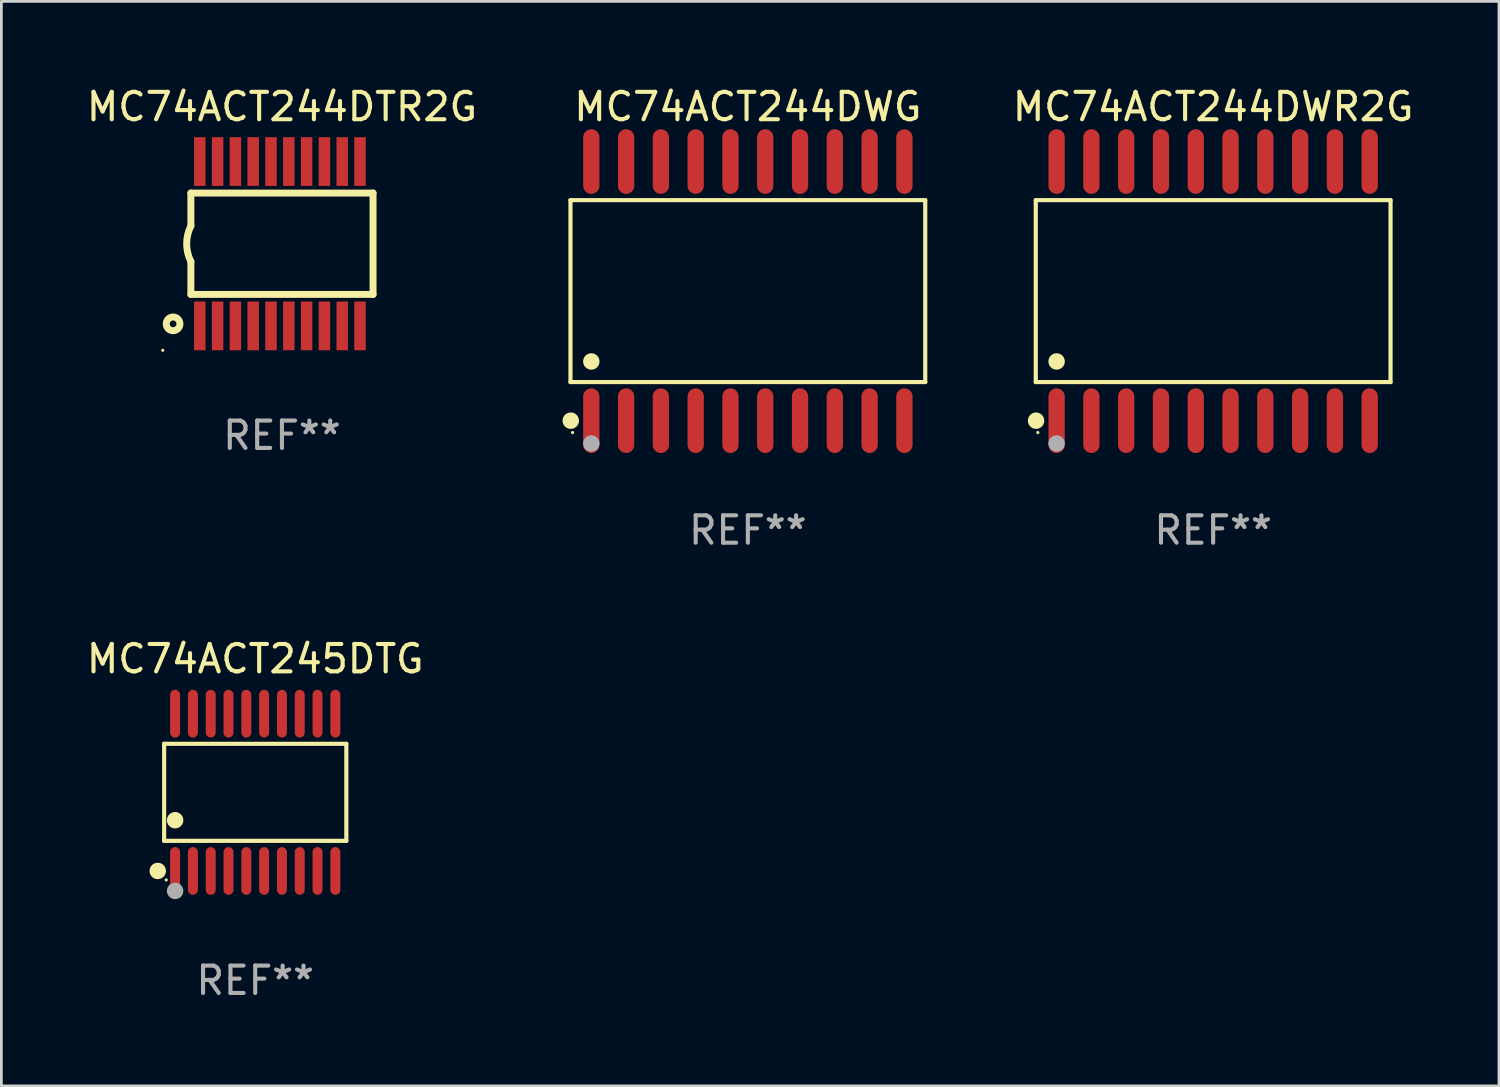
<source format=kicad_pcb>
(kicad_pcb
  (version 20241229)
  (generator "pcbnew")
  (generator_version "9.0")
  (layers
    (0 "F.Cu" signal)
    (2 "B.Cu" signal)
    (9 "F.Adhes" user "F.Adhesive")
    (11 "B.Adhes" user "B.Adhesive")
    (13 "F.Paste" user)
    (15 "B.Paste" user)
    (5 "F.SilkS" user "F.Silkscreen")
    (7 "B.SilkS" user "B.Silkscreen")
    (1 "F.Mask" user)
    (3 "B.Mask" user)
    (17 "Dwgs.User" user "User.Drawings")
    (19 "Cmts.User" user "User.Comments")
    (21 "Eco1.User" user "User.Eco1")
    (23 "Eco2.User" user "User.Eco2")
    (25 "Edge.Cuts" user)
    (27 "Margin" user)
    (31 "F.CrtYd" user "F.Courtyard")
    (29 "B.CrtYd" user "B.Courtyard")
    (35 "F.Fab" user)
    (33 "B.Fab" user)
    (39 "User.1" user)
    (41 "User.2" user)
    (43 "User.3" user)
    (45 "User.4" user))
  (footprint "MC74ACT245DTG"
    (layer "F.Cu")
    (at 6.268 25.876)
    (property "Reference" "MC74ACT245DTG" (at 0 -4.871 0) (layer "F.SilkS") (effects (font (size 1 1) (thickness 0.15))))
    (attr through_hole)
    (fp_line (start -3.326 -1.771) (end 3.326 -1.771) (stroke (width 0.152) (type solid)) (layer "F.SilkS"))
    (fp_line (start -3.326 1.771) (end -3.326 -1.771) (stroke (width 0.152) (type solid)) (layer "F.SilkS"))
    (fp_line (start 3.326 -1.771) (end 3.326 1.771) (stroke (width 0.152) (type solid)) (layer "F.SilkS"))
    (fp_line (start 3.326 1.771) (end -3.326 1.771) (stroke (width 0.152) (type solid)) (layer "F.SilkS"))
    (fp_circle (center -3.559 2.871) (end -3.409 2.871) (stroke (width 0.3) (type solid)) (fill no) (layer "F.SilkS"))
    (fp_circle (center -3.25 3.2) (end -3.22 3.2) (stroke (width 0.06) (type solid)) (fill no) (layer "F.SilkS"))
    (fp_circle (center -2.925 1.019) (end -2.775 1.019) (stroke (width 0.3) (type solid)) (fill no) (layer "F.SilkS"))
    (fp_circle (center -2.925 3.6) (end -2.775 3.6) (stroke (width 0.3) (type solid)) (fill no) (layer "F.Fab"))
    (fp_text user "REF**" (at 0 6.871 0) (layer "F.Fab") (effects (font (size 1 1) (thickness 0.15))))
    (pad "1" smd oval (at -2.925 2.871) (size 0.364 1.742) (layers "F.Cu" "F.Mask" "F.Paste"))
    (pad "2" smd oval (at -2.275 2.871) (size 0.364 1.742) (layers "F.Cu" "F.Mask" "F.Paste"))
    (pad "3" smd oval (at -1.625 2.871) (size 0.364 1.742) (layers "F.Cu" "F.Mask" "F.Paste"))
    (pad "4" smd oval (at -0.975 2.871) (size 0.364 1.742) (layers "F.Cu" "F.Mask" "F.Paste"))
    (pad "5" smd oval (at -0.325 2.871) (size 0.364 1.742) (layers "F.Cu" "F.Mask" "F.Paste"))
    (pad "6" smd oval (at 0.325 2.871) (size 0.364 1.742) (layers "F.Cu" "F.Mask" "F.Paste"))
    (pad "7" smd oval (at 0.975 2.871) (size 0.364 1.742) (layers "F.Cu" "F.Mask" "F.Paste"))
    (pad "8" smd oval (at 1.625 2.871) (size 0.364 1.742) (layers "F.Cu" "F.Mask" "F.Paste"))
    (pad "9" smd oval (at 2.275 2.871) (size 0.364 1.742) (layers "F.Cu" "F.Mask" "F.Paste"))
    (pad "10" smd oval (at 2.925 2.871) (size 0.364 1.742) (layers "F.Cu" "F.Mask" "F.Paste"))
    (pad "11" smd oval (at 2.925 -2.871) (size 0.364 1.742) (layers "F.Cu" "F.Mask" "F.Paste"))
    (pad "12" smd oval (at 2.275 -2.871) (size 0.364 1.742) (layers "F.Cu" "F.Mask" "F.Paste"))
    (pad "13" smd oval (at 1.625 -2.871) (size 0.364 1.742) (layers "F.Cu" "F.Mask" "F.Paste"))
    (pad "14" smd oval (at 0.975 -2.871) (size 0.364 1.742) (layers "F.Cu" "F.Mask" "F.Paste"))
    (pad "15" smd oval (at 0.325 -2.871) (size 0.364 1.742) (layers "F.Cu" "F.Mask" "F.Paste"))
    (pad "16" smd oval (at -0.325 -2.871) (size 0.364 1.742) (layers "F.Cu" "F.Mask" "F.Paste"))
    (pad "17" smd oval (at -0.975 -2.871) (size 0.364 1.742) (layers "F.Cu" "F.Mask" "F.Paste"))
    (pad "18" smd oval (at -1.625 -2.871) (size 0.364 1.742) (layers "F.Cu" "F.Mask" "F.Paste"))
    (pad "19" smd oval (at -2.275 -2.871) (size 0.364 1.742) (layers "F.Cu" "F.Mask" "F.Paste"))
    (pad "20" smd oval (at -2.925 -2.871) (size 0.364 1.742) (layers "F.Cu" "F.Mask" "F.Paste")))
  (footprint "MC74ACT244DWG"
    (layer "F.Cu")
    (at 24.253 7.578)
    (property "Reference" "MC74ACT244DWG" (at 0 -6.73 0) (layer "F.SilkS") (effects (font (size 1 1) (thickness 0.15))))
    (attr through_hole)
    (fp_line (start -6.476 -3.321) (end 6.476 -3.321) (stroke (width 0.152) (type solid)) (layer "F.SilkS"))
    (fp_line (start -6.476 3.321) (end -6.476 -3.321) (stroke (width 0.152) (type solid)) (layer "F.SilkS"))
    (fp_line (start 6.476 -3.321) (end 6.476 3.321) (stroke (width 0.152) (type solid)) (layer "F.SilkS"))
    (fp_line (start 6.476 3.321) (end -6.476 3.321) (stroke (width 0.152) (type solid)) (layer "F.SilkS"))
    (fp_circle (center -6.465 4.73) (end -6.315 4.73) (stroke (width 0.3) (type solid)) (fill no) (layer "F.SilkS"))
    (fp_circle (center -6.4 5.163) (end -6.37 5.163) (stroke (width 0.06) (type solid)) (fill no) (layer "F.SilkS"))
    (fp_circle (center -5.715 2.569) (end -5.565 2.569) (stroke (width 0.3) (type solid)) (fill no) (layer "F.SilkS"))
    (fp_circle (center -5.715 5.563) (end -5.565 5.563) (stroke (width 0.3) (type solid)) (fill no) (layer "F.Fab"))
    (fp_text user "REF**" (at 0 8.73 0) (layer "F.Fab") (effects (font (size 1 1) (thickness 0.15))))
    (pad "1" smd oval (at -5.715 4.73) (size 0.595 2.36) (layers "F.Cu" "F.Mask" "F.Paste"))
    (pad "2" smd oval (at -4.445 4.73) (size 0.595 2.36) (layers "F.Cu" "F.Mask" "F.Paste"))
    (pad "3" smd oval (at -3.175 4.73) (size 0.595 2.36) (layers "F.Cu" "F.Mask" "F.Paste"))
    (pad "4" smd oval (at -1.905 4.73) (size 0.595 2.36) (layers "F.Cu" "F.Mask" "F.Paste"))
    (pad "5" smd oval (at -0.635 4.73) (size 0.595 2.36) (layers "F.Cu" "F.Mask" "F.Paste"))
    (pad "6" smd oval (at 0.635 4.73) (size 0.595 2.36) (layers "F.Cu" "F.Mask" "F.Paste"))
    (pad "7" smd oval (at 1.905 4.73) (size 0.595 2.36) (layers "F.Cu" "F.Mask" "F.Paste"))
    (pad "8" smd oval (at 3.175 4.73) (size 0.595 2.36) (layers "F.Cu" "F.Mask" "F.Paste"))
    (pad "9" smd oval (at 4.445 4.73) (size 0.595 2.36) (layers "F.Cu" "F.Mask" "F.Paste"))
    (pad "10" smd oval (at 5.715 4.73) (size 0.595 2.36) (layers "F.Cu" "F.Mask" "F.Paste"))
    (pad "11" smd oval (at 5.715 -4.73) (size 0.595 2.36) (layers "F.Cu" "F.Mask" "F.Paste"))
    (pad "12" smd oval (at 4.445 -4.73) (size 0.595 2.36) (layers "F.Cu" "F.Mask" "F.Paste"))
    (pad "13" smd oval (at 3.175 -4.73) (size 0.595 2.36) (layers "F.Cu" "F.Mask" "F.Paste"))
    (pad "14" smd oval (at 1.905 -4.73) (size 0.595 2.36) (layers "F.Cu" "F.Mask" "F.Paste"))
    (pad "15" smd oval (at 0.635 -4.73) (size 0.595 2.36) (layers "F.Cu" "F.Mask" "F.Paste"))
    (pad "16" smd oval (at -0.635 -4.73) (size 0.595 2.36) (layers "F.Cu" "F.Mask" "F.Paste"))
    (pad "17" smd oval (at -1.905 -4.73) (size 0.595 2.36) (layers "F.Cu" "F.Mask" "F.Paste"))
    (pad "18" smd oval (at -3.175 -4.73) (size 0.595 2.36) (layers "F.Cu" "F.Mask" "F.Paste"))
    (pad "19" smd oval (at -4.445 -4.73) (size 0.595 2.36) (layers "F.Cu" "F.Mask" "F.Paste"))
    (pad "20" smd oval (at -5.715 -4.73) (size 0.595 2.36) (layers "F.Cu" "F.Mask" "F.Paste")))
  (footprint "MC74ACT244DWR2G"
    (layer "F.Cu")
    (at 41.24 7.578)
    (property "Reference" "MC74ACT244DWR2G" (at 0 -6.73 0) (layer "F.SilkS") (effects (font (size 1 1) (thickness 0.15))))
    (attr through_hole)
    (fp_line (start -6.476 -3.321) (end 6.476 -3.321) (stroke (width 0.152) (type solid)) (layer "F.SilkS"))
    (fp_line (start -6.476 3.321) (end -6.476 -3.321) (stroke (width 0.152) (type solid)) (layer "F.SilkS"))
    (fp_line (start 6.476 -3.321) (end 6.476 3.321) (stroke (width 0.152) (type solid)) (layer "F.SilkS"))
    (fp_line (start 6.476 3.321) (end -6.476 3.321) (stroke (width 0.152) (type solid)) (layer "F.SilkS"))
    (fp_circle (center -6.465 4.73) (end -6.315 4.73) (stroke (width 0.3) (type solid)) (fill no) (layer "F.SilkS"))
    (fp_circle (center -6.4 5.163) (end -6.37 5.163) (stroke (width 0.06) (type solid)) (fill no) (layer "F.SilkS"))
    (fp_circle (center -5.715 2.569) (end -5.565 2.569) (stroke (width 0.3) (type solid)) (fill no) (layer "F.SilkS"))
    (fp_circle (center -5.715 5.563) (end -5.565 5.563) (stroke (width 0.3) (type solid)) (fill no) (layer "F.Fab"))
    (fp_text user "REF**" (at 0 8.73 0) (layer "F.Fab") (effects (font (size 1 1) (thickness 0.15))))
    (pad "1" smd oval (at -5.715 4.73) (size 0.595 2.36) (layers "F.Cu" "F.Mask" "F.Paste"))
    (pad "2" smd oval (at -4.445 4.73) (size 0.595 2.36) (layers "F.Cu" "F.Mask" "F.Paste"))
    (pad "3" smd oval (at -3.175 4.73) (size 0.595 2.36) (layers "F.Cu" "F.Mask" "F.Paste"))
    (pad "4" smd oval (at -1.905 4.73) (size 0.595 2.36) (layers "F.Cu" "F.Mask" "F.Paste"))
    (pad "5" smd oval (at -0.635 4.73) (size 0.595 2.36) (layers "F.Cu" "F.Mask" "F.Paste"))
    (pad "6" smd oval (at 0.635 4.73) (size 0.595 2.36) (layers "F.Cu" "F.Mask" "F.Paste"))
    (pad "7" smd oval (at 1.905 4.73) (size 0.595 2.36) (layers "F.Cu" "F.Mask" "F.Paste"))
    (pad "8" smd oval (at 3.175 4.73) (size 0.595 2.36) (layers "F.Cu" "F.Mask" "F.Paste"))
    (pad "9" smd oval (at 4.445 4.73) (size 0.595 2.36) (layers "F.Cu" "F.Mask" "F.Paste"))
    (pad "10" smd oval (at 5.715 4.73) (size 0.595 2.36) (layers "F.Cu" "F.Mask" "F.Paste"))
    (pad "11" smd oval (at 5.715 -4.73) (size 0.595 2.36) (layers "F.Cu" "F.Mask" "F.Paste"))
    (pad "12" smd oval (at 4.445 -4.73) (size 0.595 2.36) (layers "F.Cu" "F.Mask" "F.Paste"))
    (pad "13" smd oval (at 3.175 -4.73) (size 0.595 2.36) (layers "F.Cu" "F.Mask" "F.Paste"))
    (pad "14" smd oval (at 1.905 -4.73) (size 0.595 2.36) (layers "F.Cu" "F.Mask" "F.Paste"))
    (pad "15" smd oval (at 0.635 -4.73) (size 0.595 2.36) (layers "F.Cu" "F.Mask" "F.Paste"))
    (pad "16" smd oval (at -0.635 -4.73) (size 0.595 2.36) (layers "F.Cu" "F.Mask" "F.Paste"))
    (pad "17" smd oval (at -1.905 -4.73) (size 0.595 2.36) (layers "F.Cu" "F.Mask" "F.Paste"))
    (pad "18" smd oval (at -3.175 -4.73) (size 0.595 2.36) (layers "F.Cu" "F.Mask" "F.Paste"))
    (pad "19" smd oval (at -4.445 -4.73) (size 0.595 2.36) (layers "F.Cu" "F.Mask" "F.Paste"))
    (pad "20" smd oval (at -5.715 -4.73) (size 0.595 2.36) (layers "F.Cu" "F.Mask" "F.Paste")))
  (footprint "MC74ACT244DTR2G"
    (layer "F.Cu")
    (at 7.244 5.848)
    (property "Reference" "MC74ACT244DTR2G" (at 0 -5 0) (layer "F.SilkS") (effects (font (size 1 1) (thickness 0.15))))
    (attr through_hole)
    (fp_line (start -3.325 -1.85) (end -3.325 -0.65) (stroke (width 0.254) (type solid)) (layer "F.SilkS"))
    (fp_line (start -3.325 1.85) (end -3.325 0.65) (stroke (width 0.254) (type solid)) (layer "F.SilkS"))
    (fp_line (start 3.325 -1.85) (end -3.325 -1.85) (stroke (width 0.254) (type solid)) (layer "F.SilkS"))
    (fp_line (start 3.325 -1.85) (end 3.325 1.85) (stroke (width 0.254) (type solid)) (layer "F.SilkS"))
    (fp_line (start 3.325 1.85) (end -3.325 1.85) (stroke (width 0.254) (type solid)) (layer "F.SilkS"))
    (fp_arc (start -3.3262 0.650241) (mid -3.479255 -0.000017) (end -3.324981 -0.649987) (stroke (width 0.254001) (type solid)) (layer "F.SilkS"))
    (fp_circle (center -4.352 3.89) (end -4.322 3.89) (stroke (width 0.06) (type solid)) (fill no) (layer "F.SilkS"))
    (fp_circle (center -3.975 2.925) (end -3.725 2.925) (stroke (width 0.254) (type solid)) (fill no) (layer "F.SilkS"))
    (fp_text user "REF**" (at 0 7 0) (layer "F.Fab") (effects (font (size 1 1) (thickness 0.15))))
    (pad "1" smd rect (at -3 3 90) (size 1.78 0.42) (layers "F.Cu" "F.Mask" "F.Paste"))
    (pad "2" smd rect (at -2.35 3 90) (size 1.78 0.42) (layers "F.Cu" "F.Mask" "F.Paste"))
    (pad "3" smd rect (at -1.7 3 90) (size 1.78 0.42) (layers "F.Cu" "F.Mask" "F.Paste"))
    (pad "4" smd rect (at -1.05 3 90) (size 1.78 0.42) (layers "F.Cu" "F.Mask" "F.Paste"))
    (pad "5" smd rect (at -0.4 3 90) (size 1.78 0.42) (layers "F.Cu" "F.Mask" "F.Paste"))
    (pad "6" smd rect (at 0.25 3 90) (size 1.78 0.42) (layers "F.Cu" "F.Mask" "F.Paste"))
    (pad "7" smd rect (at 0.9 3 90) (size 1.78 0.42) (layers "F.Cu" "F.Mask" "F.Paste"))
    (pad "8" smd rect (at 1.55 3 90) (size 1.78 0.42) (layers "F.Cu" "F.Mask" "F.Paste"))
    (pad "9" smd rect (at 2.2 3 90) (size 1.78 0.42) (layers "F.Cu" "F.Mask" "F.Paste"))
    (pad "10" smd rect (at 2.85 3 90) (size 1.78 0.42) (layers "F.Cu" "F.Mask" "F.Paste"))
    (pad "11" smd rect (at 2.85 -3 90) (size 1.78 0.42) (layers "F.Cu" "F.Mask" "F.Paste"))
    (pad "12" smd rect (at 2.2 -3 90) (size 1.78 0.42) (layers "F.Cu" "F.Mask" "F.Paste"))
    (pad "13" smd rect (at 1.55 -3 90) (size 1.78 0.42) (layers "F.Cu" "F.Mask" "F.Paste"))
    (pad "14" smd rect (at 0.9 -3 90) (size 1.78 0.42) (layers "F.Cu" "F.Mask" "F.Paste"))
    (pad "15" smd rect (at 0.25 -3 90) (size 1.78 0.42) (layers "F.Cu" "F.Mask" "F.Paste"))
    (pad "16" smd rect (at -0.4 -3 90) (size 1.78 0.42) (layers "F.Cu" "F.Mask" "F.Paste"))
    (pad "17" smd rect (at -1.05 -3 90) (size 1.78 0.42) (layers "F.Cu" "F.Mask" "F.Paste"))
    (pad "18" smd rect (at -1.7 -3 90) (size 1.78 0.42) (layers "F.Cu" "F.Mask" "F.Paste"))
    (pad "19" smd rect (at -2.35 -3 90) (size 1.78 0.42) (layers "F.Cu" "F.Mask" "F.Paste"))
    (pad "20" smd rect (at -3 -3 90) (size 1.78 0.42) (layers "F.Cu" "F.Mask" "F.Paste")))
  (gr_rect
    (start -3 -3)
    (end 51.675 36.595)
    (stroke (width 0.1) (type default))
    (fill no)
    (layer "Edge.Cuts")))
</source>
